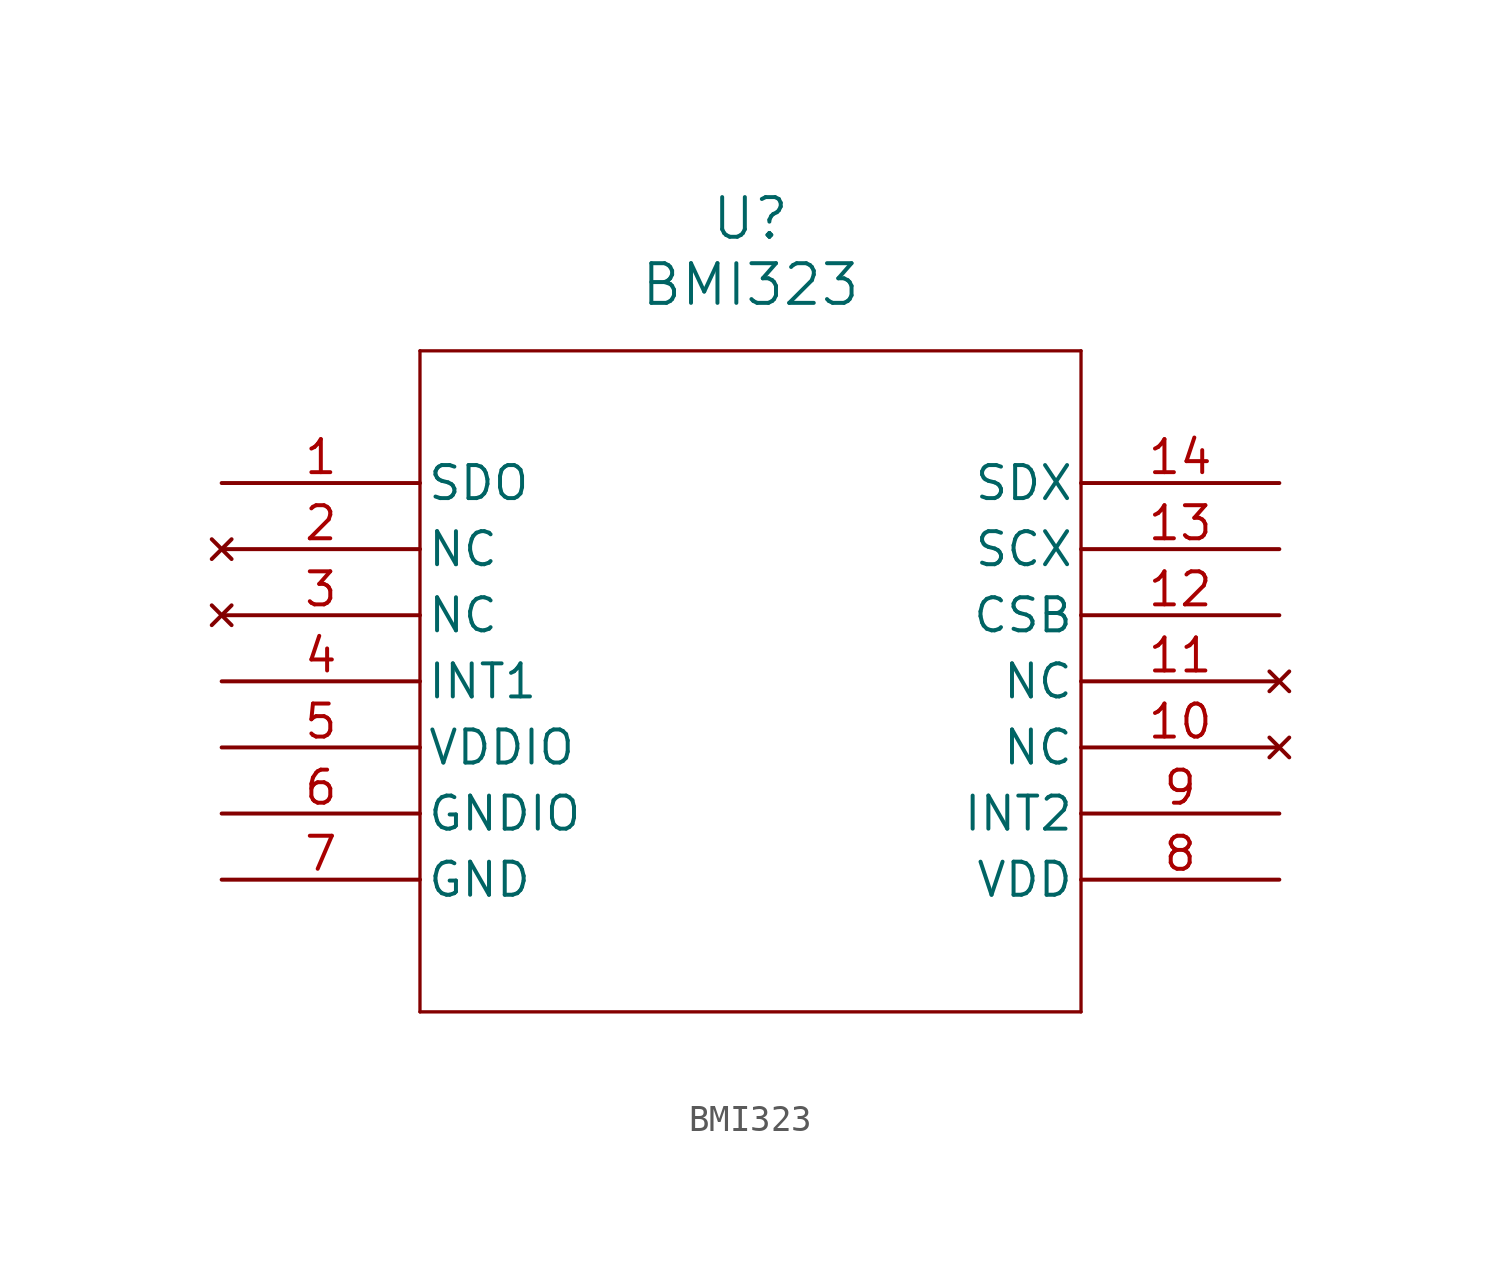
<source format=kicad_sym>
(kicad_symbol_lib
  (version 20211014)
  (generator kicad_symbol_editor)
  (symbol "BMI323"
    (pin_names
      (offset 0.254))
    (property "Reference" "U"
      (at 20.32 10.16 0)
      (effects (font (size 1.524 1.524))))
    (property "Value" "BMI323"
      (at 20.32 7.62 0)
      (effects (font (size 1.524 1.524))))
    (symbol "BMI323_0_1"
      (polyline (pts (xy 7.62 5.08) (xy 7.62 -20.32)) (stroke (width 0.127) (type default) (color 0 0 0 0)) (fill (type none)))
      (polyline (pts (xy 7.62 -20.32) (xy 33.02 -20.32)) (stroke (width 0.127) (type default) (color 0 0 0 0)) (fill (type none)))
      (polyline (pts (xy 33.02 -20.32) (xy 33.02 5.08)) (stroke (width 0.127) (type default) (color 0 0 0 0)) (fill (type none)))
      (polyline (pts (xy 33.02 5.08) (xy 7.62 5.08)) (stroke (width 0.127) (type default) (color 0 0 0 0)) (fill (type none)))
      (pin bidirectional line (at 0 0 0) (length 7.62) (name "SDO" (effects (font (size 1.27 1.27)))) (number "1" (effects (font (size 1.27 1.27)))))
      (pin no_connect line (at 0 -2.54 0) (length 7.62) (name "NC" (effects (font (size 1.27 1.27)))) (number "2" (effects (font (size 1.27 1.27)))))
      (pin no_connect line (at 0 -5.08 0) (length 7.62) (name "NC" (effects (font (size 1.27 1.27)))) (number "3" (effects (font (size 1.27 1.27)))))
      (pin bidirectional line (at 0 -7.62 0) (length 7.62) (name "INT1" (effects (font (size 1.27 1.27)))) (number "4" (effects (font (size 1.27 1.27)))))
      (pin passive line (at 0 -10.16 0) (length 7.62) (name "VDDIO" (effects (font (size 1.27 1.27)))) (number "5" (effects (font (size 1.27 1.27)))))
      (pin passive line (at 0 -12.7 0) (length 7.62) (name "GNDIO" (effects (font (size 1.27 1.27)))) (number "6" (effects (font (size 1.27 1.27)))))
      (pin passive line (at 0 -15.24 0) (length 7.62) (name "GND" (effects (font (size 1.27 1.27)))) (number "7" (effects (font (size 1.27 1.27)))))
      (pin passive line (at 40.64 -15.24 180) (length 7.62) (name "VDD" (effects (font (size 1.27 1.27)))) (number "8" (effects (font (size 1.27 1.27)))))
      (pin bidirectional line (at 40.64 -12.7 180) (length 7.62) (name "INT2" (effects (font (size 1.27 1.27)))) (number "9" (effects (font (size 1.27 1.27)))))
      (pin no_connect line (at 40.64 -10.16 180) (length 7.62) (name "NC" (effects (font (size 1.27 1.27)))) (number "10" (effects (font (size 1.27 1.27)))))
      (pin no_connect line (at 40.64 -7.62 180) (length 7.62) (name "NC" (effects (font (size 1.27 1.27)))) (number "11" (effects (font (size 1.27 1.27)))))
      (pin input line (at 40.64 -5.08 180) (length 7.62) (name "CSB" (effects (font (size 1.27 1.27)))) (number "12" (effects (font (size 1.27 1.27)))))
      (pin input line (at 40.64 -2.54 180) (length 7.62) (name "SCX" (effects (font (size 1.27 1.27)))) (number "13" (effects (font (size 1.27 1.27)))))
      (pin bidirectional line (at 40.64 0 180) (length 7.62) (name "SDX" (effects (font (size 1.27 1.27)))) (number "14" (effects (font (size 1.27 1.27))))))))
</source>
